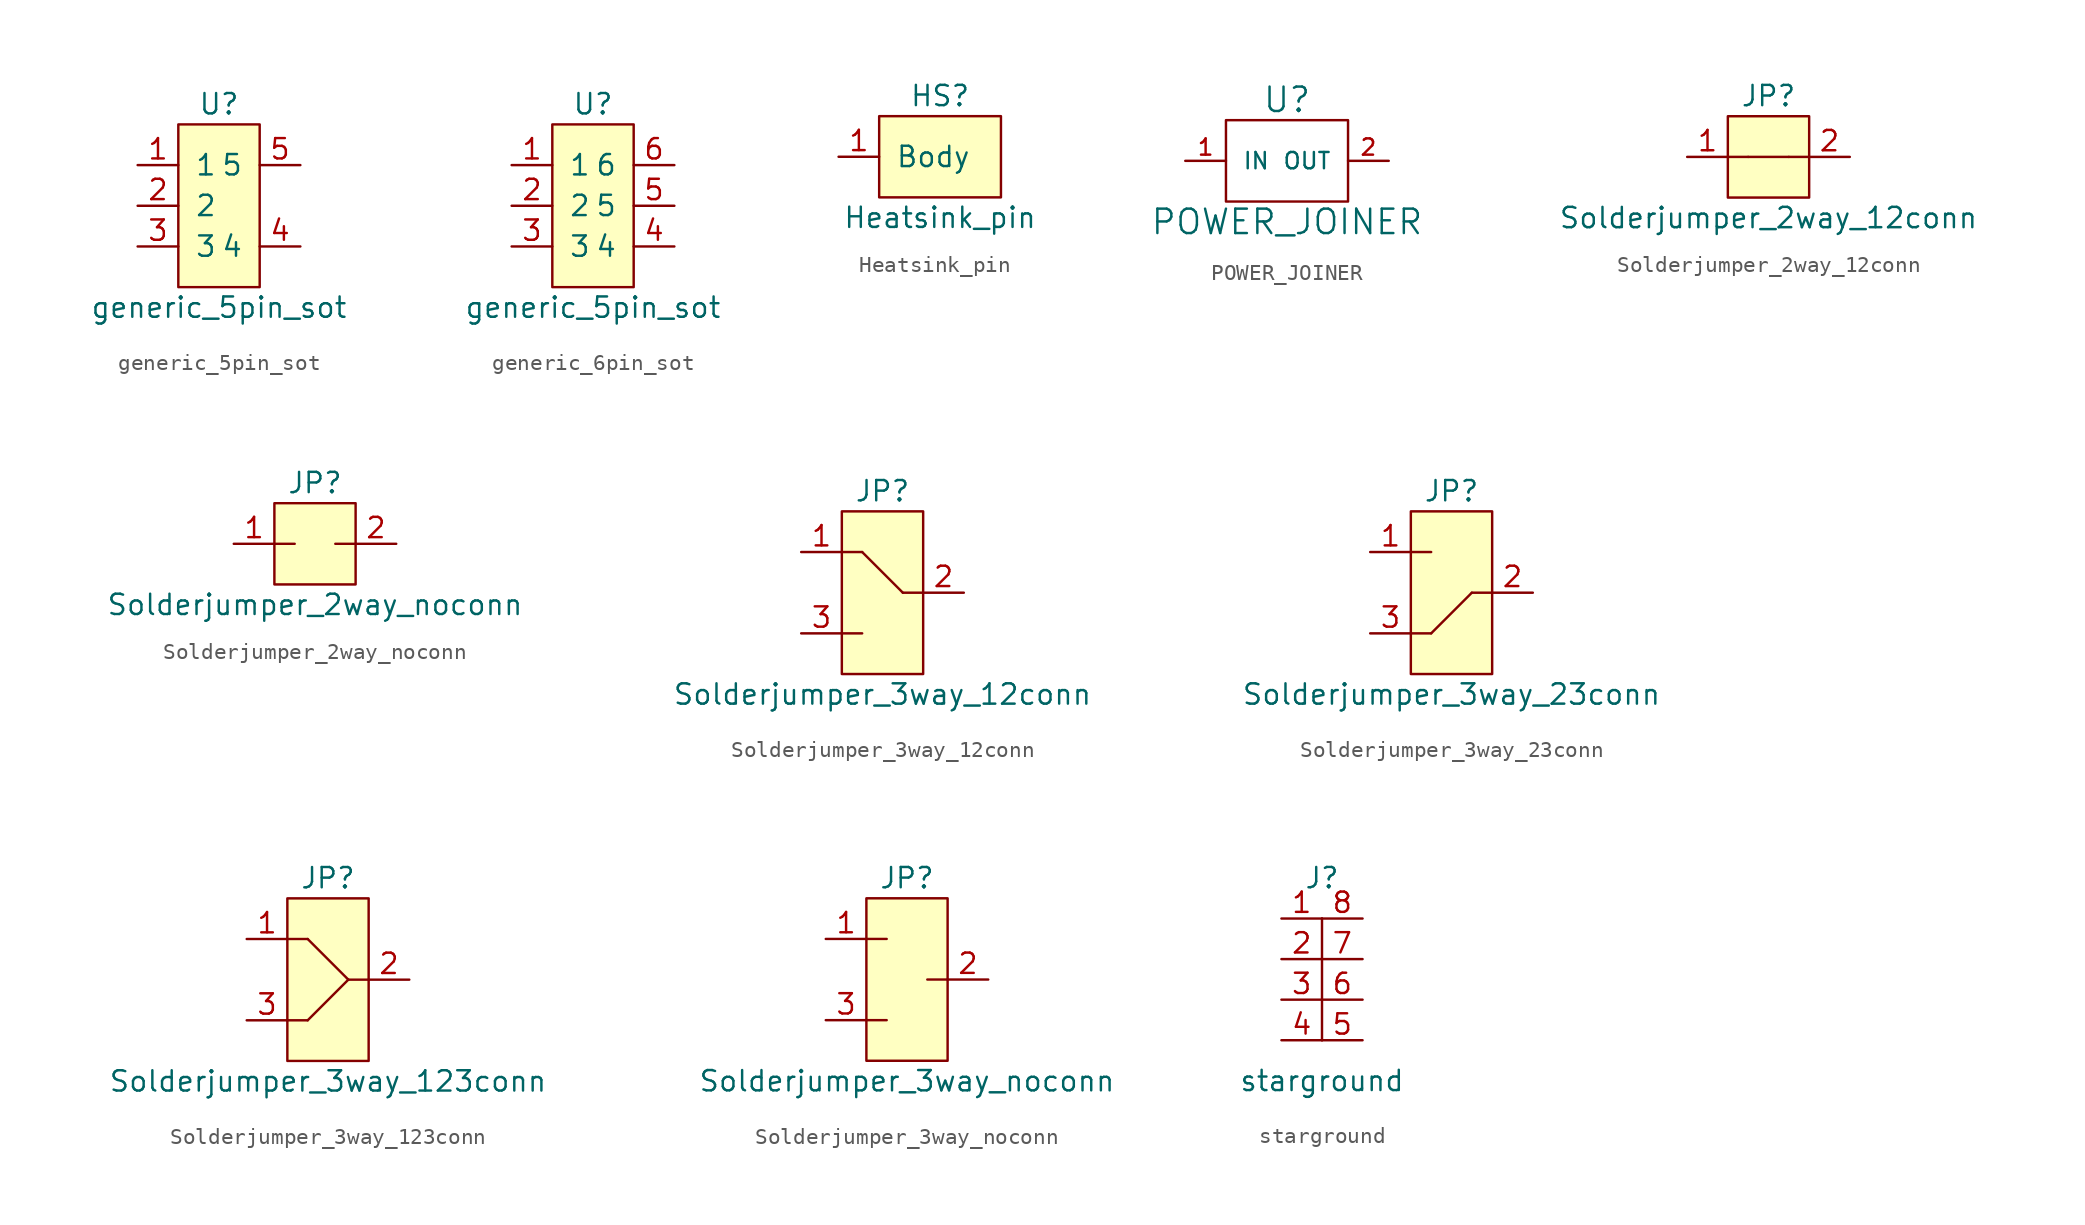
<source format=kicad_sym>
(kicad_symbol_lib
  (version 20220914)
  (generator kicad_symbol_editor)
  (symbol "generic_5pin_sot"
    (pin_names
      (offset 1.016))
    (property "Reference" "U"
      (at 0 6.35 0)
      (effects (font (size 1.27 1.27))))
    (property "Value" "generic_5pin_sot"
      (at 0 -6.35 0)
      (effects (font (size 1.27 1.27))))
    (symbol "generic_5pin_sot_0_1"
      (rectangle (start -2.54 5.08) (end 2.54 -5.08) (stroke (width 0) (type default)) (fill (type background))))
    (symbol "generic_5pin_sot_1_1"
      (pin passive line (at -5.08 2.54 0) (length 2.54) (name "1" (effects (font (size 1.27 1.27)))) (number "1" (effects (font (size 1.27 1.27)))))
      (pin passive line (at -5.08 0 0) (length 2.54) (name "2" (effects (font (size 1.27 1.27)))) (number "2" (effects (font (size 1.27 1.27)))))
      (pin passive line (at -5.08 -2.54 0) (length 2.54) (name "3" (effects (font (size 1.27 1.27)))) (number "3" (effects (font (size 1.27 1.27)))))
      (pin passive line (at 5.08 -2.54 180) (length 2.54) (name "4" (effects (font (size 1.27 1.27)))) (number "4" (effects (font (size 1.27 1.27)))))
      (pin passive line (at 5.08 2.54 180) (length 2.54) (name "5" (effects (font (size 1.27 1.27)))) (number "5" (effects (font (size 1.27 1.27)))))))
  (symbol "generic_6pin_sot"
    (pin_names
      (offset 1.016))
    (property "Reference" "U"
      (at 0 6.35 0)
      (effects (font (size 1.27 1.27))))
    (property "Value" "generic_5pin_sot"
      (at 0 -6.35 0)
      (effects (font (size 1.27 1.27))))
    (symbol "generic_6pin_sot_0_1"
      (rectangle (start -2.54 5.08) (end 2.54 -5.08) (stroke (width 0) (type default)) (fill (type background))))
    (symbol "generic_6pin_sot_1_1"
      (pin passive line (at -5.08 2.54 0) (length 2.54) (name "1" (effects (font (size 1.27 1.27)))) (number "1" (effects (font (size 1.27 1.27)))))
      (pin passive line (at -5.08 0 0) (length 2.54) (name "2" (effects (font (size 1.27 1.27)))) (number "2" (effects (font (size 1.27 1.27)))))
      (pin passive line (at -5.08 -2.54 0) (length 2.54) (name "3" (effects (font (size 1.27 1.27)))) (number "3" (effects (font (size 1.27 1.27)))))
      (pin passive line (at 5.08 -2.54 180) (length 2.54) (name "4" (effects (font (size 1.27 1.27)))) (number "4" (effects (font (size 1.27 1.27)))))
      (pin passive line (at 5.08 0 180) (length 2.54) (name "5" (effects (font (size 1.27 1.27)))) (number "5" (effects (font (size 1.27 1.27)))))
      (pin passive line (at 5.08 2.54 180) (length 2.54) (name "6" (effects (font (size 1.27 1.27)))) (number "6" (effects (font (size 1.27 1.27)))))))
  (symbol "Heatsink_pin"
    (pin_names
      (offset 1.016))
    (property "Reference" "HS"
      (at 0 3.81 0)
      (effects (font (size 1.27 1.27))))
    (property "Value" "Heatsink_pin"
      (at 0 -3.81 0)
      (effects (font (size 1.27 1.27))))
    (symbol "Heatsink_pin_0_1"
      (rectangle (start -3.81 2.54) (end 3.81 -2.54) (stroke (width 0) (type default)) (fill (type background))))
    (symbol "Heatsink_pin_1_1"
      (pin passive line (at -6.35 0 0) (length 2.54) (name "Body" (effects (font (size 1.27 1.27)))) (number "1" (effects (font (size 1.27 1.27)))))))
  (symbol "POWER_JOINER"
    (pin_names
      (offset 1.016))
    (property "Reference" "U"
      (at 0 3.81 0)
      (effects (font (size 1.524 1.524))))
    (property "Value" "POWER_JOINER"
      (at 0 -3.81 0)
      (effects (font (size 1.524 1.524))))
    (symbol "POWER_JOINER_0_1"
      (rectangle (start -3.81 -2.54) (end 3.81 2.54) (stroke (width 0) (type default)) (fill (type none))))
    (symbol "POWER_JOINER_1_1"
      (pin power_in line (at -6.35 0 0) (length 2.54) (name "IN" (effects (font (size 1.016 1.016)))) (number "1" (effects (font (size 1.016 1.016)))))
      (pin power_out line (at 6.35 0 180) (length 2.54) (name "OUT" (effects (font (size 1.016 1.016)))) (number "2" (effects (font (size 1.016 1.016)))))))
  (symbol "Solderjumper_2way_12conn"
    (pin_names
      (offset 1.016))
    (property "Reference" "JP"
      (at 0 3.81 0)
      (effects (font (size 1.27 1.27))))
    (property "Value" "Solderjumper_2way_12conn"
      (at 0 -3.81 0)
      (effects (font (size 1.27 1.27))))
    (symbol "Solderjumper_2way_12conn_0_1"
      (rectangle (start -2.54 2.54) (end 2.54 -2.54) (stroke (width 0) (type default)) (fill (type background)))
      (polyline (pts (xy -2.54 0) (xy -1.27 0)) (stroke (width 0) (type default)) (fill (type none)))
      (polyline (pts (xy -1.27 0) (xy 1.27 0)) (stroke (width 0) (type default)) (fill (type none)))
      (polyline (pts (xy 2.54 0) (xy 1.27 0)) (stroke (width 0) (type default)) (fill (type none))))
    (symbol "Solderjumper_2way_12conn_1_1"
      (pin passive line (at -5.08 0 0) (length 2.54) (name "~" (effects (font (size 1.27 1.27)))) (number "1" (effects (font (size 1.27 1.27)))))
      (pin passive line (at 5.08 0 180) (length 2.54) (name "~" (effects (font (size 1.27 1.27)))) (number "2" (effects (font (size 1.27 1.27)))))))
  (symbol "Solderjumper_2way_noconn"
    (pin_names
      (offset 1.016))
    (property "Reference" "JP"
      (at 0 3.81 0)
      (effects (font (size 1.27 1.27))))
    (property "Value" "Solderjumper_2way_noconn"
      (at 0 -3.81 0)
      (effects (font (size 1.27 1.27))))
    (symbol "Solderjumper_2way_noconn_0_1"
      (rectangle (start -2.54 2.54) (end 2.54 -2.54) (stroke (width 0) (type default)) (fill (type background)))
      (polyline (pts (xy -2.54 0) (xy -1.27 0)) (stroke (width 0) (type default)) (fill (type none)))
      (polyline (pts (xy 2.54 0) (xy 1.27 0)) (stroke (width 0) (type default)) (fill (type none))))
    (symbol "Solderjumper_2way_noconn_1_1"
      (pin passive line (at -5.08 0 0) (length 2.54) (name "~" (effects (font (size 1.27 1.27)))) (number "1" (effects (font (size 1.27 1.27)))))
      (pin passive line (at 5.08 0 180) (length 2.54) (name "~" (effects (font (size 1.27 1.27)))) (number "2" (effects (font (size 1.27 1.27)))))))
  (symbol "Solderjumper_3way_12conn"
    (pin_names
      (offset 1.016))
    (property "Reference" "JP"
      (at 0 6.35 0)
      (effects (font (size 1.27 1.27))))
    (property "Value" "Solderjumper_3way_12conn"
      (at 0 -6.35 0)
      (effects (font (size 1.27 1.27))))
    (symbol "Solderjumper_3way_12conn_0_1"
      (rectangle (start -2.54 5.08) (end 2.54 -5.08) (stroke (width 0) (type default)) (fill (type background)))
      (polyline (pts (xy -2.54 -2.54) (xy -1.27 -2.54)) (stroke (width 0) (type default)) (fill (type none)))
      (polyline (pts (xy -2.54 2.54) (xy -1.27 2.54)) (stroke (width 0) (type default)) (fill (type none)))
      (polyline (pts (xy -1.27 2.54) (xy 1.27 0)) (stroke (width 0) (type default)) (fill (type none)))
      (polyline (pts (xy 2.54 0) (xy 1.27 0)) (stroke (width 0) (type default)) (fill (type none))))
    (symbol "Solderjumper_3way_12conn_1_1"
      (pin passive line (at -5.08 2.54 0) (length 2.54) (name "~" (effects (font (size 1.27 1.27)))) (number "1" (effects (font (size 1.27 1.27)))))
      (pin passive line (at 5.08 0 180) (length 2.54) (name "~" (effects (font (size 1.27 1.27)))) (number "2" (effects (font (size 1.27 1.27)))))
      (pin passive line (at -5.08 -2.54 0) (length 2.54) (name "~" (effects (font (size 1.27 1.27)))) (number "3" (effects (font (size 1.27 1.27)))))))
  (symbol "Solderjumper_3way_23conn"
    (pin_names
      (offset 1.016))
    (property "Reference" "JP"
      (at 0 6.35 0)
      (effects (font (size 1.27 1.27))))
    (property "Value" "Solderjumper_3way_23conn"
      (at 0 -6.35 0)
      (effects (font (size 1.27 1.27))))
    (symbol "Solderjumper_3way_23conn_0_1"
      (rectangle (start -2.54 5.08) (end 2.54 -5.08) (stroke (width 0) (type default)) (fill (type background)))
      (polyline (pts (xy -2.54 -2.54) (xy -1.27 -2.54)) (stroke (width 0) (type default)) (fill (type none)))
      (polyline (pts (xy -2.54 2.54) (xy -1.27 2.54)) (stroke (width 0) (type default)) (fill (type none)))
      (polyline (pts (xy -1.27 -2.54) (xy 1.27 0)) (stroke (width 0) (type default)) (fill (type none)))
      (polyline (pts (xy 2.54 0) (xy 1.27 0)) (stroke (width 0) (type default)) (fill (type none))))
    (symbol "Solderjumper_3way_23conn_1_1"
      (pin passive line (at -5.08 2.54 0) (length 2.54) (name "~" (effects (font (size 1.27 1.27)))) (number "1" (effects (font (size 1.27 1.27)))))
      (pin passive line (at 5.08 0 180) (length 2.54) (name "~" (effects (font (size 1.27 1.27)))) (number "2" (effects (font (size 1.27 1.27)))))
      (pin passive line (at -5.08 -2.54 0) (length 2.54) (name "~" (effects (font (size 1.27 1.27)))) (number "3" (effects (font (size 1.27 1.27)))))))
  (symbol "Solderjumper_3way_123conn"
    (pin_names
      (offset 1.016))
    (property "Reference" "JP"
      (at 0 6.35 0)
      (effects (font (size 1.27 1.27))))
    (property "Value" "Solderjumper_3way_123conn"
      (at 0 -6.35 0)
      (effects (font (size 1.27 1.27))))
    (symbol "Solderjumper_3way_123conn_0_1"
      (rectangle (start -2.54 5.08) (end 2.54 -5.08) (stroke (width 0) (type default)) (fill (type background)))
      (polyline (pts (xy -2.54 -2.54) (xy -1.27 -2.54)) (stroke (width 0) (type default)) (fill (type none)))
      (polyline (pts (xy -2.54 2.54) (xy -1.27 2.54)) (stroke (width 0) (type default)) (fill (type none)))
      (polyline (pts (xy -1.27 -2.54) (xy 1.27 0)) (stroke (width 0) (type default)) (fill (type none)))
      (polyline (pts (xy 1.27 0) (xy -1.27 2.54)) (stroke (width 0) (type default)) (fill (type none)))
      (polyline (pts (xy 2.54 0) (xy 1.27 0)) (stroke (width 0) (type default)) (fill (type none))))
    (symbol "Solderjumper_3way_123conn_1_1"
      (pin passive line (at -5.08 2.54 0) (length 2.54) (name "~" (effects (font (size 1.27 1.27)))) (number "1" (effects (font (size 1.27 1.27)))))
      (pin passive line (at 5.08 0 180) (length 2.54) (name "~" (effects (font (size 1.27 1.27)))) (number "2" (effects (font (size 1.27 1.27)))))
      (pin passive line (at -5.08 -2.54 0) (length 2.54) (name "~" (effects (font (size 1.27 1.27)))) (number "3" (effects (font (size 1.27 1.27)))))))
  (symbol "Solderjumper_3way_noconn"
    (pin_names
      (offset 1.016))
    (property "Reference" "JP"
      (at 0 6.35 0)
      (effects (font (size 1.27 1.27))))
    (property "Value" "Solderjumper_3way_noconn"
      (at 0 -6.35 0)
      (effects (font (size 1.27 1.27))))
    (symbol "Solderjumper_3way_noconn_0_1"
      (rectangle (start -2.54 5.08) (end 2.54 -5.08) (stroke (width 0) (type default)) (fill (type background)))
      (polyline (pts (xy -2.54 -2.54) (xy -1.27 -2.54)) (stroke (width 0) (type default)) (fill (type none)))
      (polyline (pts (xy -2.54 2.54) (xy -1.27 2.54)) (stroke (width 0) (type default)) (fill (type none)))
      (polyline (pts (xy 2.54 0) (xy 1.27 0)) (stroke (width 0) (type default)) (fill (type none))))
    (symbol "Solderjumper_3way_noconn_1_1"
      (pin passive line (at -5.08 2.54 0) (length 2.54) (name "~" (effects (font (size 1.27 1.27)))) (number "1" (effects (font (size 1.27 1.27)))))
      (pin passive line (at 5.08 0 180) (length 2.54) (name "~" (effects (font (size 1.27 1.27)))) (number "2" (effects (font (size 1.27 1.27)))))
      (pin passive line (at -5.08 -2.54 0) (length 2.54) (name "~" (effects (font (size 1.27 1.27)))) (number "3" (effects (font (size 1.27 1.27)))))))
  (symbol "starground"
    (pin_names
      (offset 1.016))
    (property "Reference" "J"
      (at 0 8.89 0)
      (effects (font (size 1.27 1.27))))
    (property "Value" "starground"
      (at 0 -3.81 0)
      (effects (font (size 1.27 1.27))))
    (symbol "starground_0_1"
      (rectangle (start 0 6.35) (end 0 -1.27) (stroke (width 0) (type default)) (fill (type none))))
    (symbol "starground_1_1"
      (pin passive line (at -2.54 6.35 0) (length 2.54) (name "~" (effects (font (size 1.27 1.27)))) (number "1" (effects (font (size 1.27 1.27)))))
      (pin passive line (at -2.54 3.81 0) (length 2.54) (name "~" (effects (font (size 1.27 1.27)))) (number "2" (effects (font (size 1.27 1.27)))))
      (pin passive line (at -2.54 1.27 0) (length 2.54) (name "~" (effects (font (size 1.27 1.27)))) (number "3" (effects (font (size 1.27 1.27)))))
      (pin passive line (at -2.54 -1.27 0) (length 2.54) (name "~" (effects (font (size 1.27 1.27)))) (number "4" (effects (font (size 1.27 1.27)))))
      (pin passive line (at 2.54 -1.27 180) (length 2.54) (name "~" (effects (font (size 1.27 1.27)))) (number "5" (effects (font (size 1.27 1.27)))))
      (pin passive line (at 2.54 1.27 180) (length 2.54) (name "~" (effects (font (size 1.27 1.27)))) (number "6" (effects (font (size 1.27 1.27)))))
      (pin passive line (at 2.54 3.81 180) (length 2.54) (name "~" (effects (font (size 1.27 1.27)))) (number "7" (effects (font (size 1.27 1.27)))))
      (pin passive line (at 2.54 6.35 180) (length 2.54) (name "~" (effects (font (size 1.27 1.27)))) (number "8" (effects (font (size 1.27 1.27))))))))
</source>
